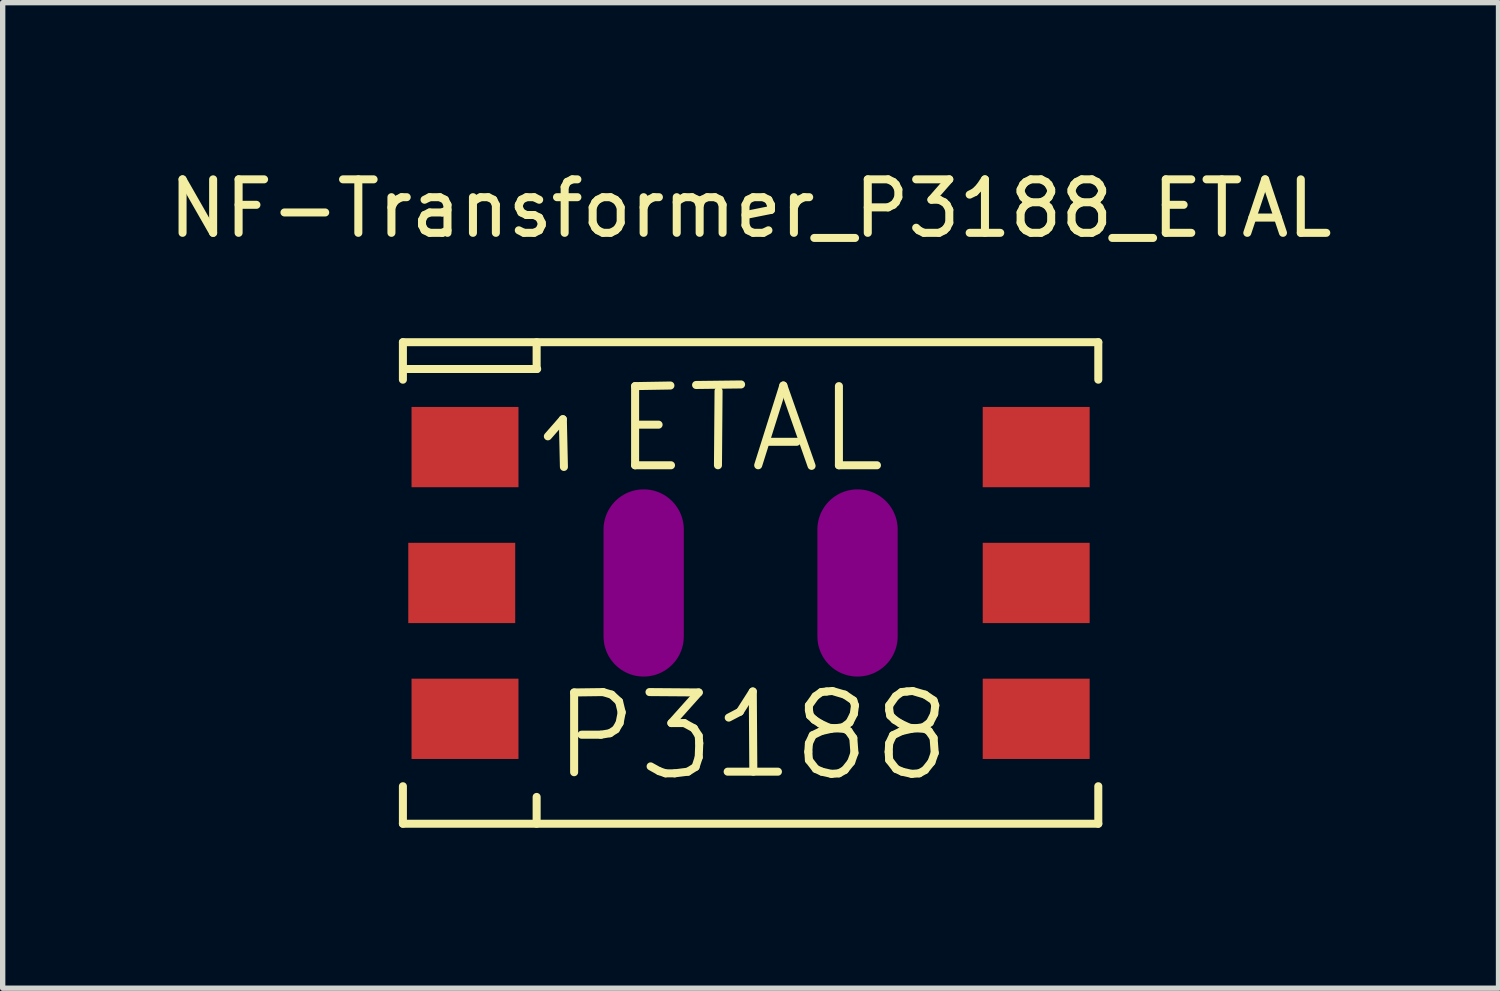
<source format=kicad_pcb>
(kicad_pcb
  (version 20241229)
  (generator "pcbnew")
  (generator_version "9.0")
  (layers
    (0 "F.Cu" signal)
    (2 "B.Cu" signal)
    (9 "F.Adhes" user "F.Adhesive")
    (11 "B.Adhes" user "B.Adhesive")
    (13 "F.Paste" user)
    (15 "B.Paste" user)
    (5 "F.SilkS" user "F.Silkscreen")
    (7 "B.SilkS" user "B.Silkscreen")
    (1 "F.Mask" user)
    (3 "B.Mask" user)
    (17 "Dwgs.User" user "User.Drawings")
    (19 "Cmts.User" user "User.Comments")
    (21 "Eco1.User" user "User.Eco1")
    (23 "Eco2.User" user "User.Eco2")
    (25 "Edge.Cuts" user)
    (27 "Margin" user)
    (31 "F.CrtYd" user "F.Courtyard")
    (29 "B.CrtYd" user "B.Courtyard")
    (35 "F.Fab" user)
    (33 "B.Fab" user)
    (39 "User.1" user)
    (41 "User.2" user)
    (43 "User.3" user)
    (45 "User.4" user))
  (footprint "NF-Transformer_P3188_ETAL"
    (layer "F.Cu")
    (at 10.982 7.848)
    (property "Reference" "NF-Transformer_P3188_ETAL" (at 0 -7 0) (layer "F.SilkS") (effects (font (size 1 1) (thickness 0.15))))
    (attr smd)
    (fp_line (start -6.5 -4.501) (end -6.5 -3.8) (stroke (width 0.15) (type solid)) (layer "F.SilkS"))
    (fp_line (start -6.5 3.8) (end -6.5 4.501) (stroke (width 0.15) (type solid)) (layer "F.SilkS"))
    (fp_line (start -6.5 4.501) (end 6.5 4.501) (stroke (width 0.15) (type solid)) (layer "F.SilkS"))
    (fp_line (start -4 -4.501) (end -4 -4) (stroke (width 0.15) (type solid)) (layer "F.SilkS"))
    (fp_line (start -4 4.501) (end -4 4) (stroke (width 0.15) (type solid)) (layer "F.SilkS"))
    (fp_line (start -3.99 -4) (end -6.421 -4) (stroke (width 0.15) (type solid)) (layer "F.SilkS"))
    (fp_line (start -3.79 -2.741) (end -3.51 -3.061) (stroke (width 0.15) (type solid)) (layer "F.SilkS"))
    (fp_line (start -3.51 -3.061) (end -3.49 -2.169) (stroke (width 0.15) (type solid)) (layer "F.SilkS"))
    (fp_line (start -3.299 2.047) (end -2.758 2.04) (stroke (width 0.15) (type solid)) (layer "F.SilkS"))
    (fp_line (start -3.299 3.538) (end -3.299 2.047) (stroke (width 0.15) (type solid)) (layer "F.SilkS"))
    (fp_line (start -2.799 2.837) (end -3.16 2.837) (stroke (width 0.15) (type solid)) (layer "F.SilkS"))
    (fp_line (start -2.758 2.04) (end -2.598 2.088) (stroke (width 0.15) (type solid)) (layer "F.SilkS"))
    (fp_line (start -2.629 2.809) (end -2.799 2.837) (stroke (width 0.15) (type solid)) (layer "F.SilkS"))
    (fp_line (start -2.598 2.088) (end -2.459 2.217) (stroke (width 0.15) (type solid)) (layer "F.SilkS"))
    (fp_line (start -2.52 2.738) (end -2.629 2.809) (stroke (width 0.15) (type solid)) (layer "F.SilkS"))
    (fp_line (start -2.459 2.217) (end -2.41 2.418) (stroke (width 0.15) (type solid)) (layer "F.SilkS"))
    (fp_line (start -2.449 2.619) (end -2.52 2.738) (stroke (width 0.15) (type solid)) (layer "F.SilkS"))
    (fp_line (start -2.41 2.418) (end -2.449 2.619) (stroke (width 0.15) (type solid)) (layer "F.SilkS"))
    (fp_line (start -2.159 -3.68) (end -2.159 -2.2) (stroke (width 0.15) (type solid)) (layer "F.SilkS"))
    (fp_line (start -2.159 -2.2) (end -1.488 -2.2) (stroke (width 0.15) (type solid)) (layer "F.SilkS"))
    (fp_line (start -2.129 -2.959) (end -1.72 -2.959) (stroke (width 0.15) (type solid)) (layer "F.SilkS"))
    (fp_line (start -1.89 2.04) (end -0.97 2.047) (stroke (width 0.15) (type solid)) (layer "F.SilkS"))
    (fp_line (start -1.709 3.518) (end -1.869 3.429) (stroke (width 0.15) (type solid)) (layer "F.SilkS"))
    (fp_line (start -1.59 3.559) (end -1.709 3.518) (stroke (width 0.15) (type solid)) (layer "F.SilkS"))
    (fp_line (start -1.499 -3.691) (end -2.159 -3.68) (stroke (width 0.15) (type solid)) (layer "F.SilkS"))
    (fp_line (start -1.481 2.619) (end -1.24 2.619) (stroke (width 0.15) (type solid)) (layer "F.SilkS"))
    (fp_line (start -1.42 3.559) (end -1.59 3.559) (stroke (width 0.15) (type solid)) (layer "F.SilkS"))
    (fp_line (start -1.24 2.619) (end -1.059 2.718) (stroke (width 0.15) (type solid)) (layer "F.SilkS"))
    (fp_line (start -1.171 3.528) (end -1.42 3.559) (stroke (width 0.15) (type solid)) (layer "F.SilkS"))
    (fp_line (start -1.059 2.718) (end -0.97 2.857) (stroke (width 0.15) (type solid)) (layer "F.SilkS"))
    (fp_line (start -1.029 3.439) (end -1.171 3.528) (stroke (width 0.15) (type solid)) (layer "F.SilkS"))
    (fp_line (start -1.019 -3.701) (end -0.178 -3.711) (stroke (width 0.15) (type solid)) (layer "F.SilkS"))
    (fp_line (start -0.97 2.047) (end -1.481 2.619) (stroke (width 0.15) (type solid)) (layer "F.SilkS"))
    (fp_line (start -0.97 2.857) (end -0.96 2.997) (stroke (width 0.15) (type solid)) (layer "F.SilkS"))
    (fp_line (start -0.97 3.259) (end -1.029 3.439) (stroke (width 0.15) (type solid)) (layer "F.SilkS"))
    (fp_line (start -0.96 2.997) (end -0.97 3.259) (stroke (width 0.15) (type solid)) (layer "F.SilkS"))
    (fp_line (start -0.61 -2.2) (end -0.599 -3.589) (stroke (width 0.15) (type solid)) (layer "F.SilkS"))
    (fp_line (start -0.429 3.528) (end 0.511 3.528) (stroke (width 0.15) (type solid)) (layer "F.SilkS"))
    (fp_line (start -0.409 2.517) (end -0.201 2.408) (stroke (width 0.15) (type solid)) (layer "F.SilkS"))
    (fp_line (start -0.201 2.408) (end 0.041 2.029) (stroke (width 0.15) (type solid)) (layer "F.SilkS"))
    (fp_line (start 0.041 2.029) (end 0.051 3.528) (stroke (width 0.15) (type solid)) (layer "F.SilkS"))
    (fp_line (start 0.142 -2.2) (end 0.612 -3.691) (stroke (width 0.15) (type solid)) (layer "F.SilkS"))
    (fp_line (start 0.32 -2.639) (end 0.861 -2.639) (stroke (width 0.15) (type solid)) (layer "F.SilkS"))
    (fp_line (start 0.612 -3.691) (end 1.14 -2.189) (stroke (width 0.15) (type solid)) (layer "F.SilkS"))
    (fp_line (start 1.079 3.157) (end 1.09 2.997) (stroke (width 0.15) (type solid)) (layer "F.SilkS"))
    (fp_line (start 1.09 2.289) (end 1.09 2.377) (stroke (width 0.15) (type solid)) (layer "F.SilkS"))
    (fp_line (start 1.09 2.377) (end 1.11 2.479) (stroke (width 0.15) (type solid)) (layer "F.SilkS"))
    (fp_line (start 1.09 2.997) (end 1.161 2.847) (stroke (width 0.15) (type solid)) (layer "F.SilkS"))
    (fp_line (start 1.09 3.31) (end 1.079 3.157) (stroke (width 0.15) (type solid)) (layer "F.SilkS"))
    (fp_line (start 1.11 2.479) (end 1.191 2.558) (stroke (width 0.15) (type solid)) (layer "F.SilkS"))
    (fp_line (start 1.161 2.847) (end 1.321 2.769) (stroke (width 0.15) (type solid)) (layer "F.SilkS"))
    (fp_line (start 1.191 2.558) (end 1.3 2.629) (stroke (width 0.15) (type solid)) (layer "F.SilkS"))
    (fp_line (start 1.212 2.118) (end 1.09 2.289) (stroke (width 0.15) (type solid)) (layer "F.SilkS"))
    (fp_line (start 1.219 3.477) (end 1.09 3.31) (stroke (width 0.15) (type solid)) (layer "F.SilkS"))
    (fp_line (start 1.3 2.629) (end 1.471 2.708) (stroke (width 0.15) (type solid)) (layer "F.SilkS"))
    (fp_line (start 1.321 2.04) (end 1.212 2.118) (stroke (width 0.15) (type solid)) (layer "F.SilkS"))
    (fp_line (start 1.321 2.769) (end 1.501 2.728) (stroke (width 0.15) (type solid)) (layer "F.SilkS"))
    (fp_line (start 1.331 3.528) (end 1.219 3.477) (stroke (width 0.15) (type solid)) (layer "F.SilkS"))
    (fp_line (start 1.42 2.029) (end 1.321 2.04) (stroke (width 0.15) (type solid)) (layer "F.SilkS"))
    (fp_line (start 1.471 2.708) (end 1.76 2.728) (stroke (width 0.15) (type solid)) (layer "F.SilkS"))
    (fp_line (start 1.501 2.728) (end 1.73 2.697) (stroke (width 0.15) (type solid)) (layer "F.SilkS"))
    (fp_line (start 1.511 3.569) (end 1.331 3.528) (stroke (width 0.15) (type solid)) (layer "F.SilkS"))
    (fp_line (start 1.529 2.019) (end 1.42 2.029) (stroke (width 0.15) (type solid)) (layer "F.SilkS"))
    (fp_line (start 1.651 -3.68) (end 1.651 -2.2) (stroke (width 0.15) (type solid)) (layer "F.SilkS"))
    (fp_line (start 1.651 -2.2) (end 2.362 -2.2) (stroke (width 0.15) (type solid)) (layer "F.SilkS"))
    (fp_line (start 1.651 3.559) (end 1.511 3.569) (stroke (width 0.15) (type solid)) (layer "F.SilkS"))
    (fp_line (start 1.73 2.697) (end 1.849 2.609) (stroke (width 0.15) (type solid)) (layer "F.SilkS"))
    (fp_line (start 1.76 2.088) (end 1.56 2.029) (stroke (width 0.15) (type solid)) (layer "F.SilkS"))
    (fp_line (start 1.76 2.728) (end 1.831 2.769) (stroke (width 0.15) (type solid)) (layer "F.SilkS"))
    (fp_line (start 1.76 3.498) (end 1.651 3.559) (stroke (width 0.15) (type solid)) (layer "F.SilkS"))
    (fp_line (start 1.831 2.769) (end 1.92 2.898) (stroke (width 0.15) (type solid)) (layer "F.SilkS"))
    (fp_line (start 1.849 2.609) (end 1.93 2.449) (stroke (width 0.15) (type solid)) (layer "F.SilkS"))
    (fp_line (start 1.88 3.348) (end 1.76 3.498) (stroke (width 0.15) (type solid)) (layer "F.SilkS"))
    (fp_line (start 1.92 2.197) (end 1.76 2.088) (stroke (width 0.15) (type solid)) (layer "F.SilkS"))
    (fp_line (start 1.92 2.898) (end 1.941 3.178) (stroke (width 0.15) (type solid)) (layer "F.SilkS"))
    (fp_line (start 1.93 2.449) (end 1.951 2.289) (stroke (width 0.15) (type solid)) (layer "F.SilkS"))
    (fp_line (start 1.941 3.178) (end 1.88 3.348) (stroke (width 0.15) (type solid)) (layer "F.SilkS"))
    (fp_line (start 1.951 2.289) (end 1.92 2.197) (stroke (width 0.15) (type solid)) (layer "F.SilkS"))
    (fp_line (start 2.581 3.157) (end 2.591 2.997) (stroke (width 0.15) (type solid)) (layer "F.SilkS"))
    (fp_line (start 2.591 2.289) (end 2.591 2.377) (stroke (width 0.15) (type solid)) (layer "F.SilkS"))
    (fp_line (start 2.591 2.377) (end 2.611 2.479) (stroke (width 0.15) (type solid)) (layer "F.SilkS"))
    (fp_line (start 2.591 2.997) (end 2.662 2.847) (stroke (width 0.15) (type solid)) (layer "F.SilkS"))
    (fp_line (start 2.591 3.31) (end 2.581 3.157) (stroke (width 0.15) (type solid)) (layer "F.SilkS"))
    (fp_line (start 2.611 2.479) (end 2.692 2.558) (stroke (width 0.15) (type solid)) (layer "F.SilkS"))
    (fp_line (start 2.662 2.847) (end 2.822 2.769) (stroke (width 0.15) (type solid)) (layer "F.SilkS"))
    (fp_line (start 2.692 2.558) (end 2.802 2.629) (stroke (width 0.15) (type solid)) (layer "F.SilkS"))
    (fp_line (start 2.713 2.118) (end 2.591 2.289) (stroke (width 0.15) (type solid)) (layer "F.SilkS"))
    (fp_line (start 2.72 3.477) (end 2.591 3.31) (stroke (width 0.15) (type solid)) (layer "F.SilkS"))
    (fp_line (start 2.802 2.629) (end 2.972 2.708) (stroke (width 0.15) (type solid)) (layer "F.SilkS"))
    (fp_line (start 2.822 2.04) (end 2.713 2.118) (stroke (width 0.15) (type solid)) (layer "F.SilkS"))
    (fp_line (start 2.822 2.769) (end 3.002 2.728) (stroke (width 0.15) (type solid)) (layer "F.SilkS"))
    (fp_line (start 2.832 3.528) (end 2.72 3.477) (stroke (width 0.15) (type solid)) (layer "F.SilkS"))
    (fp_line (start 2.921 2.029) (end 2.822 2.04) (stroke (width 0.15) (type solid)) (layer "F.SilkS"))
    (fp_line (start 2.972 2.708) (end 3.261 2.728) (stroke (width 0.15) (type solid)) (layer "F.SilkS"))
    (fp_line (start 3.002 2.728) (end 3.231 2.697) (stroke (width 0.15) (type solid)) (layer "F.SilkS"))
    (fp_line (start 3.012 3.569) (end 2.832 3.528) (stroke (width 0.15) (type solid)) (layer "F.SilkS"))
    (fp_line (start 3.03 2.019) (end 2.921 2.029) (stroke (width 0.15) (type solid)) (layer "F.SilkS"))
    (fp_line (start 3.152 3.559) (end 3.012 3.569) (stroke (width 0.15) (type solid)) (layer "F.SilkS"))
    (fp_line (start 3.231 2.697) (end 3.35 2.609) (stroke (width 0.15) (type solid)) (layer "F.SilkS"))
    (fp_line (start 3.261 2.088) (end 3.061 2.029) (stroke (width 0.15) (type solid)) (layer "F.SilkS"))
    (fp_line (start 3.261 2.728) (end 3.332 2.769) (stroke (width 0.15) (type solid)) (layer "F.SilkS"))
    (fp_line (start 3.261 3.498) (end 3.152 3.559) (stroke (width 0.15) (type solid)) (layer "F.SilkS"))
    (fp_line (start 3.332 2.769) (end 3.421 2.898) (stroke (width 0.15) (type solid)) (layer "F.SilkS"))
    (fp_line (start 3.35 2.609) (end 3.432 2.449) (stroke (width 0.15) (type solid)) (layer "F.SilkS"))
    (fp_line (start 3.381 3.348) (end 3.261 3.498) (stroke (width 0.15) (type solid)) (layer "F.SilkS"))
    (fp_line (start 3.421 2.197) (end 3.261 2.088) (stroke (width 0.15) (type solid)) (layer "F.SilkS"))
    (fp_line (start 3.421 2.898) (end 3.442 3.178) (stroke (width 0.15) (type solid)) (layer "F.SilkS"))
    (fp_line (start 3.432 2.449) (end 3.452 2.289) (stroke (width 0.15) (type solid)) (layer "F.SilkS"))
    (fp_line (start 3.442 3.178) (end 3.381 3.348) (stroke (width 0.15) (type solid)) (layer "F.SilkS"))
    (fp_line (start 3.452 2.289) (end 3.421 2.197) (stroke (width 0.15) (type solid)) (layer "F.SilkS"))
    (fp_line (start 6.5 -4.501) (end -6.5 -4.501) (stroke (width 0.15) (type solid)) (layer "F.SilkS"))
    (fp_line (start 6.5 -4.501) (end 6.5 -3.8) (stroke (width 0.15) (type solid)) (layer "F.SilkS"))
    (fp_line (start 6.5 3.8) (end 6.5 4.501) (stroke (width 0.15) (type solid)) (layer "F.SilkS"))
    (pad "" smd oval (at -1.999 0 90) (size 3.5 1.501) (layers "F.Adhes"))
    (pad "" smd oval (at 1.999 0 90) (size 3.5 1.501) (layers "F.Adhes"))
    (pad "1" smd rect (at -5.339 -2.54) (size 1.999 1.501) (layers "F.Cu" "F.Mask" "F.Paste"))
    (pad "2" smd rect (at -5.4 0) (size 1.999 1.501) (layers "F.Cu" "F.Mask" "F.Paste"))
    (pad "2" smd rect (at -5.339 2.54) (size 1.999 1.501) (layers "F.Cu" "F.Mask" "F.Paste"))
    (pad "3" smd rect (at 5.339 2.54) (size 1.999 1.501) (layers "F.Cu" "F.Mask" "F.Paste"))
    (pad "4" smd rect (at 5.339 0) (size 1.999 1.501) (layers "F.Cu" "F.Mask" "F.Paste"))
    (pad "5" smd rect (at 5.339 -2.54) (size 1.999 1.501) (layers "F.Cu" "F.Mask" "F.Paste")))
  (gr_rect
    (start -3 -3)
    (end 24.964 15.424)
    (stroke (width 0.1) (type default))
    (fill no)
    (layer "Edge.Cuts")))
</source>
